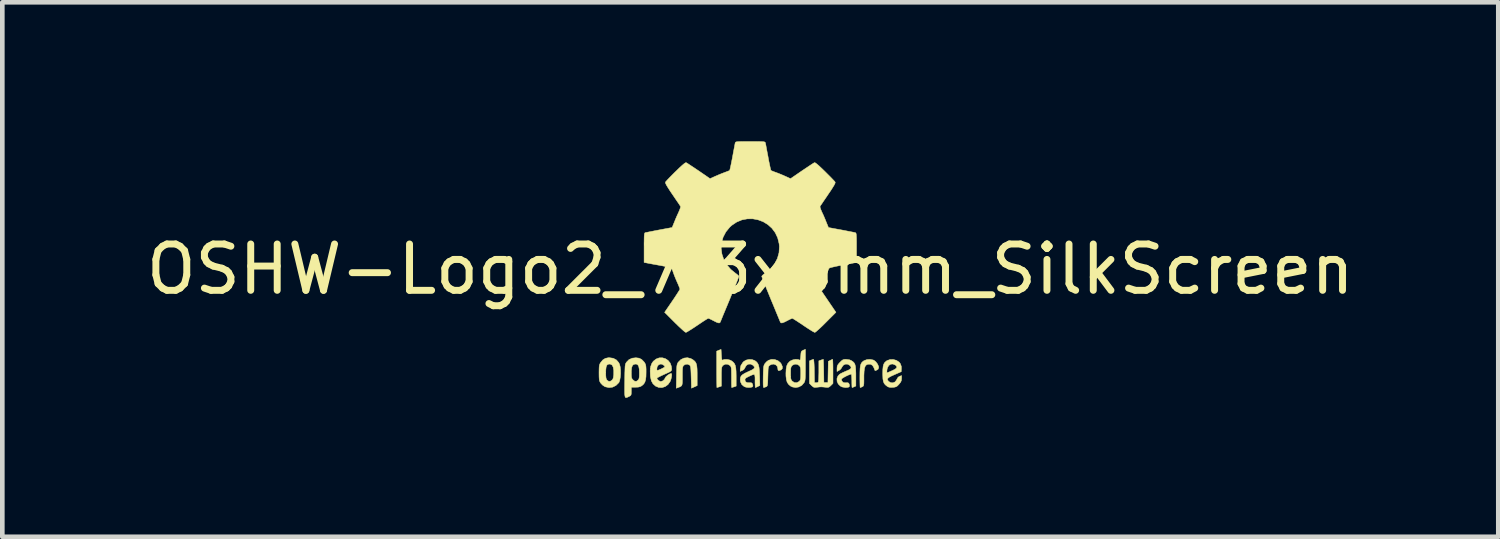
<source format=kicad_pcb>
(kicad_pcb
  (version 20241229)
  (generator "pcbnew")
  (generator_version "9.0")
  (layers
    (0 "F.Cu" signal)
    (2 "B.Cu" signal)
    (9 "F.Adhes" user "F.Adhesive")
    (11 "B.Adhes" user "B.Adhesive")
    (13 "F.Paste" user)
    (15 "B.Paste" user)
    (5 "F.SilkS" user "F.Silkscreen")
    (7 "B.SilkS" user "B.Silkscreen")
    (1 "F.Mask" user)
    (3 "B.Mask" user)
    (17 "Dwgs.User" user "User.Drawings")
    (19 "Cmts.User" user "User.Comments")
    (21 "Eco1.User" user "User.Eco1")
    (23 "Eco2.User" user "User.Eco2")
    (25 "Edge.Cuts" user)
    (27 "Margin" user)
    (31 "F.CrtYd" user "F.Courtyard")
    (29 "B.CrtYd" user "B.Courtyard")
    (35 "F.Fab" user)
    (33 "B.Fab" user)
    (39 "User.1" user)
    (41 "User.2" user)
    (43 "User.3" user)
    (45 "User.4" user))
  (footprint "OSHW-Logo2_7.3x6mm_SilkScreen"
    (layer "F.Cu")
    (at 13.149 2.763)
    (property "Reference" "OSHW-Logo2_7.3x6mm_SilkScreen" (at 0 0 0) (layer "F.SilkS") (effects (font (size 1 1) (thickness 0.15))))
    (attr exclude_from_pos_files)
    (fp_poly (pts (xy 2.653 1.959) (xy 2.67 1.966) (xy 2.711 1.999) (xy 2.747 2.047) (xy 2.769 2.097) (xy 2.772 2.122) (xy 2.76 2.157) (xy 2.734 2.175) (xy 2.706 2.187) (xy 2.693 2.189) (xy 2.687 2.174) (xy 2.674 2.141) (xy 2.669 2.127) (xy 2.639 2.076) (xy 2.595 2.05) (xy 2.538 2.051) (xy 2.534 2.052) (xy 2.504 2.067) (xy 2.481 2.094) (xy 2.466 2.139) (xy 2.457 2.205) (xy 2.453 2.294) (xy 2.453 2.341) (xy 2.453 2.416) (xy 2.452 2.467) (xy 2.448 2.499) (xy 2.442 2.518) (xy 2.432 2.529) (xy 2.417 2.537) (xy 2.416 2.538) (xy 2.387 2.55) (xy 2.372 2.555) (xy 2.37 2.541) (xy 2.368 2.503) (xy 2.367 2.446) (xy 2.366 2.374) (xy 2.366 2.322) (xy 2.367 2.22) (xy 2.37 2.143) (xy 2.377 2.086) (xy 2.389 2.045) (xy 2.407 2.014) (xy 2.432 1.99) (xy 2.457 1.973) (xy 2.517 1.951) (xy 2.587 1.946) (xy 2.653 1.959)) (stroke (width 0.01) (type solid)) (fill yes) (layer "F.SilkS"))
    (fp_poly (pts (xy -1.284 1.928) (xy -1.237 1.955) (xy -1.205 1.981) (xy -1.181 2.009) (xy -1.165 2.044) (xy -1.155 2.089) (xy -1.149 2.151) (xy -1.147 2.234) (xy -1.147 2.293) (xy -1.147 2.512) (xy -1.208 2.54) (xy -1.27 2.568) (xy -1.277 2.328) (xy -1.28 2.238) (xy -1.283 2.173) (xy -1.287 2.128) (xy -1.293 2.099) (xy -1.3 2.081) (xy -1.31 2.07) (xy -1.313 2.067) (xy -1.36 2.048) (xy -1.408 2.056) (xy -1.437 2.076) (xy -1.449 2.09) (xy -1.457 2.108) (xy -1.462 2.136) (xy -1.465 2.179) (xy -1.466 2.242) (xy -1.466 2.307) (xy -1.466 2.389) (xy -1.467 2.447) (xy -1.472 2.486) (xy -1.482 2.512) (xy -1.499 2.528) (xy -1.525 2.541) (xy -1.56 2.554) (xy -1.598 2.569) (xy -1.594 2.311) (xy -1.592 2.219) (xy -1.59 2.15) (xy -1.587 2.101) (xy -1.582 2.066) (xy -1.575 2.042) (xy -1.566 2.022) (xy -1.554 2.005) (xy -1.499 1.95) (xy -1.431 1.918) (xy -1.357 1.91) (xy -1.284 1.928)) (stroke (width 0.01) (type solid)) (fill yes) (layer "F.SilkS"))
    (fp_poly (pts (xy 0.53 1.95) (xy 0.596 1.974) (xy 0.649 2.017) (xy 0.67 2.047) (xy 0.693 2.103) (xy 0.692 2.143) (xy 0.669 2.17) (xy 0.66 2.175) (xy 0.622 2.189) (xy 0.602 2.185) (xy 0.595 2.161) (xy 0.595 2.148) (xy 0.583 2.099) (xy 0.551 2.065) (xy 0.508 2.048) (xy 0.459 2.053) (xy 0.419 2.074) (xy 0.405 2.087) (xy 0.396 2.101) (xy 0.389 2.124) (xy 0.385 2.159) (xy 0.383 2.212) (xy 0.381 2.288) (xy 0.38 2.312) (xy 0.378 2.394) (xy 0.376 2.451) (xy 0.372 2.49) (xy 0.367 2.513) (xy 0.359 2.526) (xy 0.347 2.535) (xy 0.339 2.538) (xy 0.307 2.55) (xy 0.288 2.555) (xy 0.282 2.541) (xy 0.278 2.5) (xy 0.277 2.431) (xy 0.278 2.334) (xy 0.278 2.319) (xy 0.28 2.23) (xy 0.283 2.165) (xy 0.286 2.119) (xy 0.292 2.087) (xy 0.3 2.064) (xy 0.311 2.044) (xy 0.317 2.035) (xy 0.35 1.998) (xy 0.388 1.969) (xy 0.392 1.966) (xy 0.459 1.946) (xy 0.53 1.95)) (stroke (width 0.01) (type solid)) (fill yes) (layer "F.SilkS"))
    (fp_poly (pts (xy -0.624 1.851) (xy -0.62 1.911) (xy -0.615 1.946) (xy -0.608 1.961) (xy -0.598 1.961) (xy -0.595 1.959) (xy -0.552 1.946) (xy -0.497 1.947) (xy -0.44 1.96) (xy -0.405 1.978) (xy -0.369 2.006) (xy -0.342 2.038) (xy -0.324 2.078) (xy -0.313 2.132) (xy -0.307 2.204) (xy -0.305 2.299) (xy -0.305 2.317) (xy -0.305 2.523) (xy -0.351 2.539) (xy -0.383 2.549) (xy -0.401 2.554) (xy -0.401 2.555) (xy -0.403 2.541) (xy -0.405 2.503) (xy -0.406 2.446) (xy -0.406 2.375) (xy -0.406 2.332) (xy -0.407 2.247) (xy -0.408 2.186) (xy -0.41 2.144) (xy -0.415 2.117) (xy -0.422 2.098) (xy -0.433 2.085) (xy -0.44 2.078) (xy -0.487 2.051) (xy -0.538 2.049) (xy -0.584 2.072) (xy -0.593 2.08) (xy -0.605 2.095) (xy -0.614 2.114) (xy -0.619 2.14) (xy -0.622 2.18) (xy -0.624 2.238) (xy -0.624 2.318) (xy -0.624 2.523) (xy -0.67 2.539) (xy -0.702 2.549) (xy -0.72 2.554) (xy -0.721 2.555) (xy -0.722 2.541) (xy -0.723 2.501) (xy -0.724 2.441) (xy -0.725 2.362) (xy -0.726 2.269) (xy -0.726 2.167) (xy -0.726 1.769) (xy -0.679 1.749) (xy -0.631 1.73) (xy -0.624 1.851)) (stroke (width 0.01) (type solid)) (fill yes) (layer "F.SilkS"))
    (fp_poly (pts (xy 1.78 1.959) (xy 1.782 1.997) (xy 1.784 2.055) (xy 1.785 2.128) (xy 1.785 2.205) (xy 1.785 2.465) (xy 1.739 2.511) (xy 1.708 2.539) (xy 1.68 2.551) (xy 1.642 2.55) (xy 1.627 2.548) (xy 1.58 2.543) (xy 1.541 2.54) (xy 1.531 2.54) (xy 1.499 2.541) (xy 1.453 2.546) (xy 1.436 2.548) (xy 1.392 2.552) (xy 1.363 2.544) (xy 1.334 2.521) (xy 1.323 2.511) (xy 1.277 2.465) (xy 1.277 1.979) (xy 1.314 1.962) (xy 1.346 1.949) (xy 1.365 1.945) (xy 1.369 1.959) (xy 1.374 1.997) (xy 1.378 2.056) (xy 1.381 2.132) (xy 1.382 2.195) (xy 1.386 2.446) (xy 1.421 2.451) (xy 1.452 2.447) (xy 1.468 2.436) (xy 1.472 2.415) (xy 1.476 2.371) (xy 1.478 2.309) (xy 1.48 2.235) (xy 1.48 2.197) (xy 1.48 1.977) (xy 1.526 1.961) (xy 1.559 1.95) (xy 1.576 1.945) (xy 1.577 1.945) (xy 1.578 1.959) (xy 1.58 1.997) (xy 1.582 2.054) (xy 1.584 2.127) (xy 1.585 2.195) (xy 1.589 2.446) (xy 1.676 2.446) (xy 1.68 2.217) (xy 1.684 1.989) (xy 1.727 1.967) (xy 1.758 1.952) (xy 1.777 1.945) (xy 1.777 1.945) (xy 1.78 1.959)) (stroke (width 0.01) (type solid)) (fill yes) (layer "F.SilkS"))
    (fp_poly (pts (xy -2.959 1.922) (xy -2.891 1.958) (xy -2.841 2.015) (xy -2.823 2.052) (xy -2.809 2.108) (xy -2.802 2.178) (xy -2.801 2.255) (xy -2.807 2.33) (xy -2.818 2.394) (xy -2.834 2.441) (xy -2.839 2.449) (xy -2.9 2.509) (xy -2.971 2.545) (xy -3.049 2.555) (xy -3.127 2.539) (xy -3.149 2.529) (xy -3.192 2.499) (xy -3.229 2.459) (xy -3.233 2.454) (xy -3.247 2.43) (xy -3.257 2.404) (xy -3.262 2.37) (xy -3.265 2.321) (xy -3.266 2.251) (xy -3.266 2.235) (xy -3.266 2.23) (xy -3.121 2.23) (xy -3.12 2.296) (xy -3.116 2.34) (xy -3.109 2.369) (xy -3.098 2.388) (xy -3.092 2.395) (xy -3.057 2.42) (xy -3.023 2.419) (xy -2.989 2.397) (xy -2.969 2.374) (xy -2.957 2.34) (xy -2.95 2.288) (xy -2.949 2.281) (xy -2.948 2.186) (xy -2.96 2.114) (xy -2.985 2.068) (xy -3.023 2.048) (xy -3.037 2.047) (xy -3.073 2.052) (xy -3.097 2.072) (xy -3.112 2.109) (xy -3.119 2.168) (xy -3.121 2.23) (xy -3.266 2.23) (xy -3.265 2.16) (xy -3.263 2.108) (xy -3.258 2.072) (xy -3.249 2.045) (xy -3.236 2.022) (xy -3.233 2.017) (xy -3.184 1.958) (xy -3.13 1.924) (xy -3.064 1.91) (xy -3.042 1.91) (xy -2.959 1.922)) (stroke (width 0.01) (type solid)) (fill yes) (layer "F.SilkS"))
    (fp_poly (pts (xy 3.154 1.967) (xy 3.211 2.004) (xy 3.239 2.038) (xy 3.261 2.099) (xy 3.262 2.147) (xy 3.258 2.212) (xy 3.11 2.277) (xy 3.037 2.31) (xy 2.99 2.337) (xy 2.966 2.36) (xy 2.961 2.383) (xy 2.975 2.407) (xy 2.99 2.424) (xy 3.034 2.45) (xy 3.081 2.452) (xy 3.125 2.432) (xy 3.157 2.391) (xy 3.163 2.376) (xy 3.191 2.331) (xy 3.222 2.312) (xy 3.266 2.296) (xy 3.266 2.358) (xy 3.262 2.4) (xy 3.247 2.436) (xy 3.215 2.477) (xy 3.211 2.482) (xy 3.176 2.519) (xy 3.145 2.538) (xy 3.108 2.547) (xy 3.076 2.55) (xy 3.02 2.551) (xy 2.981 2.542) (xy 2.956 2.528) (xy 2.917 2.497) (xy 2.89 2.465) (xy 2.873 2.423) (xy 2.863 2.368) (xy 2.86 2.291) (xy 2.859 2.253) (xy 2.86 2.206) (xy 2.948 2.206) (xy 2.949 2.231) (xy 2.952 2.235) (xy 2.968 2.23) (xy 3.004 2.215) (xy 3.052 2.194) (xy 3.062 2.19) (xy 3.123 2.159) (xy 3.157 2.132) (xy 3.164 2.106) (xy 3.146 2.08) (xy 3.132 2.069) (xy 3.079 2.046) (xy 3.03 2.05) (xy 2.989 2.078) (xy 2.961 2.127) (xy 2.952 2.166) (xy 2.948 2.206) (xy 2.86 2.206) (xy 2.861 2.162) (xy 2.868 2.095) (xy 2.882 2.047) (xy 2.904 2.011) (xy 2.937 1.983) (xy 2.951 1.973) (xy 3.015 1.95) (xy 3.085 1.948) (xy 3.154 1.967)) (stroke (width 0.01) (type solid)) (fill yes) (layer "F.SilkS"))
    (fp_poly (pts (xy 1.19 2.065) (xy 1.19 2.174) (xy 1.189 2.257) (xy 1.188 2.32) (xy 1.185 2.365) (xy 1.181 2.397) (xy 1.175 2.421) (xy 1.167 2.439) (xy 1.161 2.449) (xy 1.112 2.506) (xy 1.049 2.541) (xy 0.98 2.554) (xy 0.911 2.542) (xy 0.869 2.522) (xy 0.826 2.485) (xy 0.796 2.441) (xy 0.779 2.383) (xy 0.77 2.306) (xy 0.769 2.25) (xy 0.769 2.246) (xy 0.871 2.246) (xy 0.871 2.311) (xy 0.874 2.354) (xy 0.881 2.382) (xy 0.893 2.402) (xy 0.906 2.417) (xy 0.953 2.447) (xy 1.004 2.449) (xy 1.051 2.425) (xy 1.055 2.421) (xy 1.071 2.404) (xy 1.081 2.383) (xy 1.086 2.352) (xy 1.088 2.305) (xy 1.089 2.252) (xy 1.088 2.185) (xy 1.085 2.141) (xy 1.078 2.112) (xy 1.066 2.091) (xy 1.057 2.08) (xy 1.013 2.052) (xy 0.962 2.049) (xy 0.914 2.07) (xy 0.904 2.078) (xy 0.889 2.096) (xy 0.879 2.117) (xy 0.873 2.148) (xy 0.871 2.196) (xy 0.871 2.246) (xy 0.769 2.246) (xy 0.773 2.159) (xy 0.785 2.09) (xy 0.807 2.039) (xy 0.842 1.998) (xy 0.869 1.978) (xy 0.919 1.956) (xy 0.976 1.945) (xy 1.03 1.948) (xy 1.06 1.959) (xy 1.071 1.962) (xy 1.079 1.951) (xy 1.084 1.919) (xy 1.089 1.871) (xy 1.093 1.817) (xy 1.099 1.784) (xy 1.111 1.766) (xy 1.131 1.754) (xy 1.143 1.748) (xy 1.19 1.729) (xy 1.19 2.065)) (stroke (width 0.01) (type solid)) (fill yes) (layer "F.SilkS"))
    (fp_poly (pts (xy -1.832 1.931) (xy -1.774 1.97) (xy -1.73 2.025) (xy -1.704 2.096) (xy -1.698 2.148) (xy -1.699 2.17) (xy -1.704 2.187) (xy -1.718 2.201) (xy -1.745 2.218) (xy -1.79 2.239) (xy -1.857 2.269) (xy -1.858 2.27) (xy -1.92 2.298) (xy -1.97 2.323) (xy -2.005 2.342) (xy -2.017 2.353) (xy -2.017 2.353) (xy -2.006 2.376) (xy -1.98 2.402) (xy -1.949 2.42) (xy -1.934 2.424) (xy -1.891 2.411) (xy -1.855 2.379) (xy -1.837 2.345) (xy -1.82 2.319) (xy -1.787 2.29) (xy -1.748 2.264) (xy -1.713 2.25) (xy -1.706 2.25) (xy -1.698 2.262) (xy -1.697 2.294) (xy -1.703 2.337) (xy -1.715 2.383) (xy -1.73 2.423) (xy -1.731 2.424) (xy -1.777 2.489) (xy -1.837 2.533) (xy -1.906 2.555) (xy -1.976 2.552) (xy -2.044 2.524) (xy -2.047 2.522) (xy -2.101 2.473) (xy -2.136 2.41) (xy -2.155 2.327) (xy -2.158 2.304) (xy -2.162 2.194) (xy -2.157 2.143) (xy -2.017 2.143) (xy -2.016 2.175) (xy -2.006 2.184) (xy -1.981 2.177) (xy -1.942 2.161) (xy -1.899 2.14) (xy -1.898 2.139) (xy -1.861 2.12) (xy -1.846 2.107) (xy -1.85 2.093) (xy -1.865 2.076) (xy -1.904 2.05) (xy -1.946 2.048) (xy -1.984 2.067) (xy -2.01 2.103) (xy -2.017 2.143) (xy -2.157 2.143) (xy -2.153 2.106) (xy -2.128 2.036) (xy -2.095 1.987) (xy -2.033 1.938) (xy -1.966 1.913) (xy -1.897 1.912) (xy -1.832 1.931)) (stroke (width 0.01) (type solid)) (fill yes) (layer "F.SilkS"))
    (fp_poly (pts (xy 0.04 1.951) (xy 0.097 1.972) (xy 0.097 1.972) (xy 0.132 1.998) (xy 0.158 2.029) (xy 0.177 2.068) (xy 0.189 2.121) (xy 0.196 2.194) (xy 0.2 2.289) (xy 0.201 2.303) (xy 0.206 2.509) (xy 0.162 2.532) (xy 0.13 2.547) (xy 0.11 2.554) (xy 0.11 2.555) (xy 0.106 2.541) (xy 0.104 2.505) (xy 0.102 2.451) (xy 0.102 2.408) (xy 0.102 2.339) (xy 0.098 2.295) (xy 0.087 2.274) (xy 0.064 2.273) (xy 0.022 2.289) (xy -0.04 2.318) (xy -0.086 2.342) (xy -0.109 2.363) (xy -0.116 2.386) (xy -0.116 2.387) (xy -0.105 2.426) (xy -0.071 2.447) (xy -0.019 2.451) (xy 0.018 2.45) (xy 0.038 2.461) (xy 0.05 2.487) (xy 0.057 2.519) (xy 0.047 2.538) (xy 0.043 2.541) (xy 0.007 2.551) (xy -0.043 2.553) (xy -0.095 2.546) (xy -0.132 2.533) (xy -0.183 2.49) (xy -0.212 2.429) (xy -0.218 2.382) (xy -0.213 2.34) (xy -0.198 2.305) (xy -0.166 2.275) (xy -0.115 2.244) (xy -0.041 2.209) (xy -0.036 2.207) (xy 0.031 2.176) (xy 0.072 2.151) (xy 0.09 2.128) (xy 0.086 2.105) (xy 0.063 2.078) (xy 0.056 2.072) (xy 0.009 2.048) (xy -0.04 2.049) (xy -0.082 2.072) (xy -0.111 2.116) (xy -0.113 2.124) (xy -0.139 2.165) (xy -0.171 2.185) (xy -0.218 2.205) (xy -0.218 2.154) (xy -0.204 2.08) (xy -0.161 2.012) (xy -0.139 1.99) (xy -0.089 1.961) (xy -0.026 1.947) (xy 0.04 1.951)) (stroke (width 0.01) (type solid)) (fill yes) (layer "F.SilkS"))
    (fp_poly (pts (xy -2.4 1.92) (xy -2.345 1.948) (xy -2.296 1.998) (xy -2.282 2.017) (xy -2.268 2.042) (xy -2.258 2.069) (xy -2.253 2.105) (xy -2.25 2.156) (xy -2.25 2.224) (xy -2.252 2.318) (xy -2.261 2.388) (xy -2.277 2.44) (xy -2.303 2.48) (xy -2.34 2.513) (xy -2.342 2.515) (xy -2.379 2.535) (xy -2.422 2.545) (xy -2.478 2.547) (xy -2.569 2.547) (xy -2.569 2.635) (xy -2.57 2.684) (xy -2.575 2.713) (xy -2.588 2.73) (xy -2.614 2.745) (xy -2.62 2.748) (xy -2.649 2.762) (xy -2.672 2.77) (xy -2.688 2.771) (xy -2.7 2.761) (xy -2.707 2.737) (xy -2.712 2.696) (xy -2.713 2.636) (xy -2.713 2.553) (xy -2.712 2.445) (xy -2.711 2.413) (xy -2.71 2.302) (xy -2.709 2.229) (xy -2.569 2.229) (xy -2.568 2.29) (xy -2.565 2.331) (xy -2.557 2.358) (xy -2.543 2.378) (xy -2.533 2.388) (xy -2.495 2.418) (xy -2.46 2.42) (xy -2.425 2.396) (xy -2.424 2.395) (xy -2.409 2.376) (xy -2.401 2.351) (xy -2.396 2.312) (xy -2.395 2.252) (xy -2.395 2.238) (xy -2.398 2.156) (xy -2.409 2.099) (xy -2.429 2.064) (xy -2.458 2.048) (xy -2.476 2.047) (xy -2.516 2.054) (xy -2.544 2.078) (xy -2.561 2.123) (xy -2.568 2.191) (xy -2.569 2.229) (xy -2.709 2.229) (xy -2.708 2.215) (xy -2.706 2.15) (xy -2.704 2.103) (xy -2.7 2.069) (xy -2.694 2.045) (xy -2.687 2.028) (xy -2.677 2.012) (xy -2.673 2.006) (xy -2.619 1.951) (xy -2.55 1.92) (xy -2.47 1.911) (xy -2.4 1.92)) (stroke (width 0.01) (type solid)) (fill yes) (layer "F.SilkS"))
    (fp_poly (pts (xy 2.145 1.956) (xy 2.187 1.975) (xy 2.219 1.998) (xy 2.244 2.024) (xy 2.26 2.057) (xy 2.271 2.103) (xy 2.276 2.165) (xy 2.279 2.249) (xy 2.279 2.305) (xy 2.279 2.521) (xy 2.242 2.538) (xy 2.213 2.55) (xy 2.198 2.555) (xy 2.195 2.541) (xy 2.193 2.505) (xy 2.192 2.452) (xy 2.192 2.409) (xy 2.19 2.348) (xy 2.187 2.3) (xy 2.182 2.271) (xy 2.178 2.264) (xy 2.153 2.271) (xy 2.112 2.287) (xy 2.066 2.309) (xy 2.021 2.333) (xy 1.986 2.355) (xy 1.97 2.37) (xy 1.97 2.37) (xy 1.971 2.397) (xy 1.984 2.423) (xy 2.006 2.444) (xy 2.038 2.451) (xy 2.065 2.451) (xy 2.104 2.45) (xy 2.124 2.459) (xy 2.136 2.483) (xy 2.138 2.488) (xy 2.143 2.522) (xy 2.129 2.543) (xy 2.092 2.552) (xy 2.052 2.554) (xy 1.981 2.541) (xy 1.943 2.521) (xy 1.898 2.476) (xy 1.873 2.42) (xy 1.871 2.361) (xy 1.892 2.306) (xy 1.923 2.271) (xy 1.953 2.252) (xy 2.002 2.228) (xy 2.058 2.203) (xy 2.068 2.199) (xy 2.13 2.172) (xy 2.166 2.148) (xy 2.177 2.124) (xy 2.167 2.097) (xy 2.148 2.076) (xy 2.104 2.05) (xy 2.056 2.048) (xy 2.012 2.068) (xy 1.981 2.108) (xy 1.977 2.118) (xy 1.952 2.156) (xy 1.917 2.184) (xy 1.872 2.207) (xy 1.872 2.141) (xy 1.875 2.102) (xy 1.886 2.07) (xy 1.911 2.036) (xy 1.935 2.01) (xy 1.972 1.974) (xy 2.001 1.954) (xy 2.033 1.946) (xy 2.068 1.945) (xy 2.145 1.956)) (stroke (width 0.01) (type solid)) (fill yes) (layer "F.SilkS"))
    (fp_poly (pts (xy 0.104 -2.758) (xy 0.182 -2.757) (xy 0.239 -2.756) (xy 0.278 -2.754) (xy 0.303 -2.75) (xy 0.316 -2.744) (xy 0.323 -2.737) (xy 0.326 -2.726) (xy 0.327 -2.725) (xy 0.332 -2.701) (xy 0.341 -2.653) (xy 0.353 -2.587) (xy 0.368 -2.508) (xy 0.385 -2.42) (xy 0.385 -2.417) (xy 0.401 -2.331) (xy 0.417 -2.255) (xy 0.43 -2.194) (xy 0.44 -2.152) (xy 0.446 -2.133) (xy 0.447 -2.133) (xy 0.465 -2.124) (xy 0.502 -2.109) (xy 0.551 -2.091) (xy 0.552 -2.091) (xy 0.613 -2.068) (xy 0.686 -2.038) (xy 0.754 -2.008) (xy 0.757 -2.007) (xy 0.869 -1.956) (xy 1.115 -2.125) (xy 1.191 -2.176) (xy 1.26 -2.222) (xy 1.317 -2.26) (xy 1.359 -2.287) (xy 1.383 -2.301) (xy 1.385 -2.302) (xy 1.402 -2.298) (xy 1.434 -2.275) (xy 1.481 -2.235) (xy 1.546 -2.174) (xy 1.612 -2.11) (xy 1.676 -2.046) (xy 1.733 -1.989) (xy 1.78 -1.94) (xy 1.814 -1.904) (xy 1.83 -1.884) (xy 1.831 -1.883) (xy 1.833 -1.869) (xy 1.826 -1.847) (xy 1.809 -1.814) (xy 1.779 -1.765) (xy 1.737 -1.699) (xy 1.679 -1.614) (xy 1.629 -1.54) (xy 1.583 -1.473) (xy 1.546 -1.417) (xy 1.519 -1.378) (xy 1.506 -1.357) (xy 1.505 -1.356) (xy 1.507 -1.336) (xy 1.519 -1.298) (xy 1.54 -1.248) (xy 1.547 -1.232) (xy 1.58 -1.162) (xy 1.614 -1.082) (xy 1.642 -1.012) (xy 1.663 -0.961) (xy 1.679 -0.922) (xy 1.688 -0.901) (xy 1.689 -0.9) (xy 1.706 -0.897) (xy 1.746 -0.89) (xy 1.804 -0.879) (xy 1.875 -0.866) (xy 1.952 -0.852) (xy 2.032 -0.837) (xy 2.107 -0.822) (xy 2.174 -0.809) (xy 2.227 -0.799) (xy 2.26 -0.792) (xy 2.268 -0.79) (xy 2.276 -0.785) (xy 2.283 -0.774) (xy 2.287 -0.754) (xy 2.29 -0.72) (xy 2.292 -0.67) (xy 2.293 -0.599) (xy 2.293 -0.504) (xy 2.293 -0.465) (xy 2.293 -0.147) (xy 2.217 -0.132) (xy 2.175 -0.124) (xy 2.111 -0.112) (xy 2.035 -0.098) (xy 1.953 -0.083) (xy 1.93 -0.079) (xy 1.855 -0.064) (xy 1.789 -0.049) (xy 1.738 -0.037) (xy 1.709 -0.027) (xy 1.704 -0.024) (xy 1.691 -0.003) (xy 1.674 0.038) (xy 1.655 0.09) (xy 1.651 0.102) (xy 1.625 0.172) (xy 1.594 0.25) (xy 1.563 0.321) (xy 1.563 0.322) (xy 1.511 0.433) (xy 1.68 0.681) (xy 1.849 0.93) (xy 1.632 1.147) (xy 1.567 1.212) (xy 1.507 1.269) (xy 1.456 1.315) (xy 1.418 1.348) (xy 1.396 1.363) (xy 1.392 1.364) (xy 1.374 1.356) (xy 1.335 1.335) (xy 1.281 1.301) (xy 1.216 1.259) (xy 1.146 1.212) (xy 1.075 1.164) (xy 1.011 1.122) (xy 0.959 1.089) (xy 0.923 1.067) (xy 0.907 1.06) (xy 0.887 1.066) (xy 0.85 1.083) (xy 0.803 1.107) (xy 0.798 1.11) (xy 0.734 1.142) (xy 0.69 1.158) (xy 0.663 1.158) (xy 0.649 1.143) (xy 0.649 1.143) (xy 0.642 1.126) (xy 0.625 1.085) (xy 0.6 1.024) (xy 0.567 0.945) (xy 0.529 0.852) (xy 0.486 0.748) (xy 0.444 0.648) (xy 0.399 0.537) (xy 0.357 0.434) (xy 0.32 0.342) (xy 0.289 0.265) (xy 0.266 0.206) (xy 0.251 0.167) (xy 0.247 0.153) (xy 0.258 0.136) (xy 0.287 0.11) (xy 0.326 0.081) (xy 0.437 -0.011) (xy 0.523 -0.116) (xy 0.585 -0.233) (xy 0.62 -0.358) (xy 0.628 -0.49) (xy 0.622 -0.552) (xy 0.591 -0.678) (xy 0.538 -0.79) (xy 0.466 -0.886) (xy 0.378 -0.965) (xy 0.278 -1.026) (xy 0.168 -1.067) (xy 0.053 -1.089) (xy -0.065 -1.088) (xy -0.181 -1.066) (xy -0.294 -1.019) (xy -0.4 -0.948) (xy -0.444 -0.908) (xy -0.528 -0.805) (xy -0.587 -0.692) (xy -0.62 -0.573) (xy -0.629 -0.451) (xy -0.613 -0.329) (xy -0.573 -0.211) (xy -0.51 -0.1) (xy -0.423 0.002) (xy -0.326 0.081) (xy -0.286 0.111) (xy -0.257 0.137) (xy -0.247 0.153) (xy -0.252 0.17) (xy -0.267 0.21) (xy -0.291 0.272) (xy -0.323 0.35) (xy -0.36 0.443) (xy -0.403 0.546) (xy -0.444 0.648) (xy -0.49 0.759) (xy -0.533 0.862) (xy -0.571 0.953) (xy -0.603 1.03) (xy -0.627 1.09) (xy -0.643 1.129) (xy -0.649 1.143) (xy -0.663 1.158) (xy -0.69 1.158) (xy -0.734 1.142) (xy -0.797 1.11) (xy -0.798 1.11) (xy -0.845 1.085) (xy -0.884 1.067) (xy -0.906 1.06) (xy -0.907 1.06) (xy -0.923 1.067) (xy -0.96 1.089) (xy -1.012 1.122) (xy -1.075 1.164) (xy -1.146 1.212) (xy -1.218 1.26) (xy -1.283 1.302) (xy -1.336 1.335) (xy -1.374 1.357) (xy -1.392 1.364) (xy -1.409 1.354) (xy -1.443 1.327) (xy -1.49 1.284) (xy -1.547 1.231) (xy -1.612 1.168) (xy -1.633 1.147) (xy -1.85 0.93) (xy -1.684 0.687) (xy -1.634 0.613) (xy -1.59 0.546) (xy -1.555 0.491) (xy -1.53 0.451) (xy -1.519 0.43) (xy -1.519 0.429) (xy -1.525 0.409) (xy -1.54 0.37) (xy -1.562 0.317) (xy -1.578 0.282) (xy -1.607 0.215) (xy -1.635 0.147) (xy -1.656 0.09) (xy -1.662 0.073) (xy -1.679 0.026) (xy -1.695 -0.01) (xy -1.704 -0.024) (xy -1.723 -0.032) (xy -1.766 -0.044) (xy -1.826 -0.058) (xy -1.898 -0.073) (xy -1.93 -0.079) (xy -2.012 -0.094) (xy -2.091 -0.108) (xy -2.159 -0.121) (xy -2.208 -0.13) (xy -2.217 -0.132) (xy -2.293 -0.147) (xy -2.293 -0.465) (xy -2.293 -0.569) (xy -2.292 -0.648) (xy -2.291 -0.705) (xy -2.288 -0.744) (xy -2.284 -0.769) (xy -2.279 -0.782) (xy -2.271 -0.789) (xy -2.268 -0.79) (xy -2.249 -0.794) (xy -2.207 -0.802) (xy -2.148 -0.814) (xy -2.077 -0.828) (xy -1.999 -0.843) (xy -1.92 -0.858) (xy -1.845 -0.872) (xy -1.779 -0.884) (xy -1.727 -0.894) (xy -1.696 -0.899) (xy -1.689 -0.9) (xy -1.683 -0.912) (xy -1.669 -0.946) (xy -1.65 -0.994) (xy -1.642 -1.012) (xy -1.613 -1.085) (xy -1.578 -1.165) (xy -1.547 -1.232) (xy -1.525 -1.284) (xy -1.51 -1.326) (xy -1.504 -1.352) (xy -1.505 -1.356) (xy -1.516 -1.372) (xy -1.54 -1.409) (xy -1.576 -1.461) (xy -1.62 -1.526) (xy -1.67 -1.6) (xy -1.68 -1.614) (xy -1.738 -1.7) (xy -1.78 -1.766) (xy -1.809 -1.814) (xy -1.826 -1.847) (xy -1.833 -1.869) (xy -1.831 -1.883) (xy -1.831 -1.883) (xy -1.816 -1.901) (xy -1.785 -1.935) (xy -1.739 -1.983) (xy -1.683 -2.04) (xy -1.62 -2.103) (xy -1.612 -2.11) (xy -1.533 -2.187) (xy -1.471 -2.244) (xy -1.427 -2.281) (xy -1.398 -2.3) (xy -1.385 -2.302) (xy -1.367 -2.292) (xy -1.328 -2.267) (xy -1.274 -2.231) (xy -1.207 -2.187) (xy -1.133 -2.137) (xy -1.115 -2.125) (xy -0.869 -1.956) (xy -0.757 -2.007) (xy -0.69 -2.036) (xy -0.617 -2.066) (xy -0.554 -2.09) (xy -0.552 -2.091) (xy -0.503 -2.109) (xy -0.465 -2.124) (xy -0.447 -2.133) (xy -0.447 -2.133) (xy -0.441 -2.149) (xy -0.431 -2.19) (xy -0.418 -2.25) (xy -0.403 -2.325) (xy -0.386 -2.41) (xy -0.385 -2.417) (xy -0.369 -2.505) (xy -0.354 -2.585) (xy -0.341 -2.651) (xy -0.332 -2.7) (xy -0.327 -2.725) (xy -0.327 -2.725) (xy -0.323 -2.736) (xy -0.317 -2.744) (xy -0.305 -2.75) (xy -0.281 -2.753) (xy -0.244 -2.756) (xy -0.19 -2.757) (xy -0.114 -2.758) (xy -0.013 -2.758) (xy 0 -2.758) (xy 0.104 -2.758)) (stroke (width 0.01) (type solid)) (fill yes) (layer "F.SilkS")))
  (gr_rect
    (start -3 -3)
    (end 29.298 8.539)
    (stroke (width 0.1) (type default))
    (fill no)
    (layer "Edge.Cuts")))
</source>
